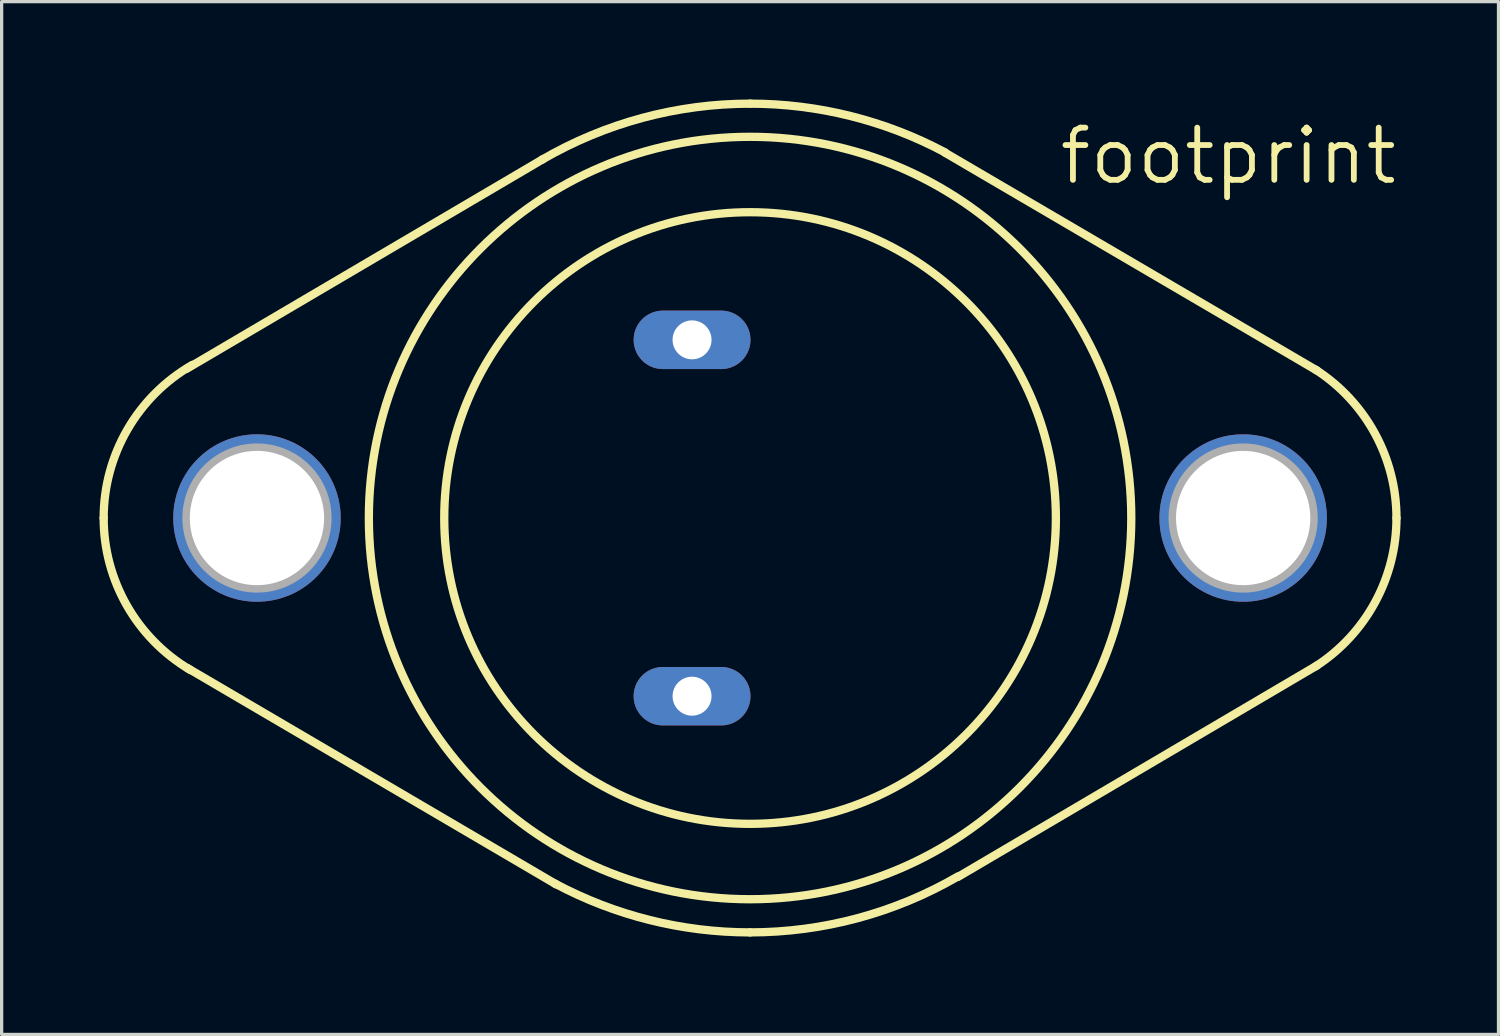
<source format=kicad_pcb>
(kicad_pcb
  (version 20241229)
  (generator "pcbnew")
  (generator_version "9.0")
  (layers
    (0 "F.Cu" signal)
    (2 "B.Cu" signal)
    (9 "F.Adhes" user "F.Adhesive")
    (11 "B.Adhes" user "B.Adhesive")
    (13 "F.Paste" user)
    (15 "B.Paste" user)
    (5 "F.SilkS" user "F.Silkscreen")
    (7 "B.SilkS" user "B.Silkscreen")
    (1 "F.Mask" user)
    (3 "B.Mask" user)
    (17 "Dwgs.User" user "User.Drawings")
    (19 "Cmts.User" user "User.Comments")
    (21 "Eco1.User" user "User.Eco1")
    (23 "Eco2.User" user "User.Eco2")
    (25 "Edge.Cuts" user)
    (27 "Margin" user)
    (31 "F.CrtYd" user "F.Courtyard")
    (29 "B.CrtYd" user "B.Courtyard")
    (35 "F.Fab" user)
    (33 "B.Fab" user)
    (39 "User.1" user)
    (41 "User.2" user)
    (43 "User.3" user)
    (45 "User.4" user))
  (footprint "footprint"
    (layer "F.Cu")
    (at 19.939 12.827)
    (property "Reference" "footprint" (at 9.398 -10.16 0) (layer "F.SilkS") (effects (font (size 1.6 1.6) (thickness 0.178)) (justify left bottom)))
    (fp_line (start -6.35 -10.998) (end -17.272 -4.572) (stroke (width 0.254) (type solid)) (layer "F.SilkS"))
    (fp_line (start -5.944 11.227) (end -17.247 4.597) (stroke (width 0.254) (type solid)) (layer "F.SilkS"))
    (fp_line (start 5.969 -11.201) (end 17.374 -4.521) (stroke (width 0.254) (type solid)) (layer "F.SilkS"))
    (fp_line (start 6.375 10.998) (end 17.374 4.521) (stroke (width 0.254) (type solid)) (layer "F.SilkS"))
    (fp_arc (start -19.812 0) (mid -19.08306 -2.712168) (end -17.0927 -4.6935) (stroke (width 0.254) (type solid)) (layer "F.SilkS"))
    (fp_arc (start -17.155499 4.657) (mid -19.101186 2.680705) (end -19.812 0) (stroke (width 0.254) (type solid)) (layer "F.SilkS"))
    (fp_arc (start -6.3718 -10.9859) (mid -3.299165 -12.263989) (end 0 -12.7) (stroke (width 0.254) (type solid)) (layer "F.SilkS"))
    (fp_arc (start 0 -12.7) (mid 3.080216 -12.320822) (end 5.9765 -11.2059) (stroke (width 0.254) (type solid)) (layer "F.SilkS"))
    (fp_arc (start 0 12.7) (mid -3.080216 12.320822) (end -5.9765 11.2059) (stroke (width 0.254) (type solid)) (layer "F.SilkS"))
    (fp_arc (start 6.3718 10.9859) (mid 3.299165 12.263989) (end 0 12.7) (stroke (width 0.254) (type solid)) (layer "F.SilkS"))
    (fp_arc (start 17.3366 -4.545) (mid 19.153011 -2.58769) (end 19.811999 0.000001) (stroke (width 0.254) (type solid)) (layer "F.SilkS"))
    (fp_arc (start 19.811999 -0.000001) (mid 19.153011 2.58769) (end 17.3366 4.545) (stroke (width 0.254) (type solid)) (layer "F.SilkS"))
    (fp_circle (center 0 0) (end 9.373 0) (stroke (width 0.254) (type solid)) (fill no) (layer "F.SilkS"))
    (fp_circle (center 0 0) (end 11.684 0) (stroke (width 0.254) (type solid)) (fill no) (layer "F.SilkS"))
    (fp_circle (center -15.113 0) (end -12.954 0) (stroke (width 0.254) (type solid)) (fill no) (layer "F.Fab"))
    (fp_circle (center 15.113 0) (end 17.272 0) (stroke (width 0.254) (type solid)) (fill no) (layer "F.Fab"))
    (pad "1" thru_hole oval (at -1.778 -5.461) (size 3.581 1.791) (drill 1.194) (layers "*.Cu" "*.Mask"))
    (pad "2" thru_hole oval (at -1.778 5.461) (size 3.581 1.791) (drill 1.194) (layers "*.Cu" "*.Mask"))
    (pad "3" thru_hole circle (at 15.113 0) (size 5.131 5.131) (drill 4.115) (layers "*.Cu" "*.Mask"))
    (pad "3/" thru_hole circle (at -15.113 0) (size 5.131 5.131) (drill 4.115) (layers "*.Cu" "*.Mask")))
  (gr_rect
    (start -3 -3)
    (end 42.878 28.654)
    (stroke (width 0.1) (type default))
    (fill no)
    (layer "Edge.Cuts")))
</source>
